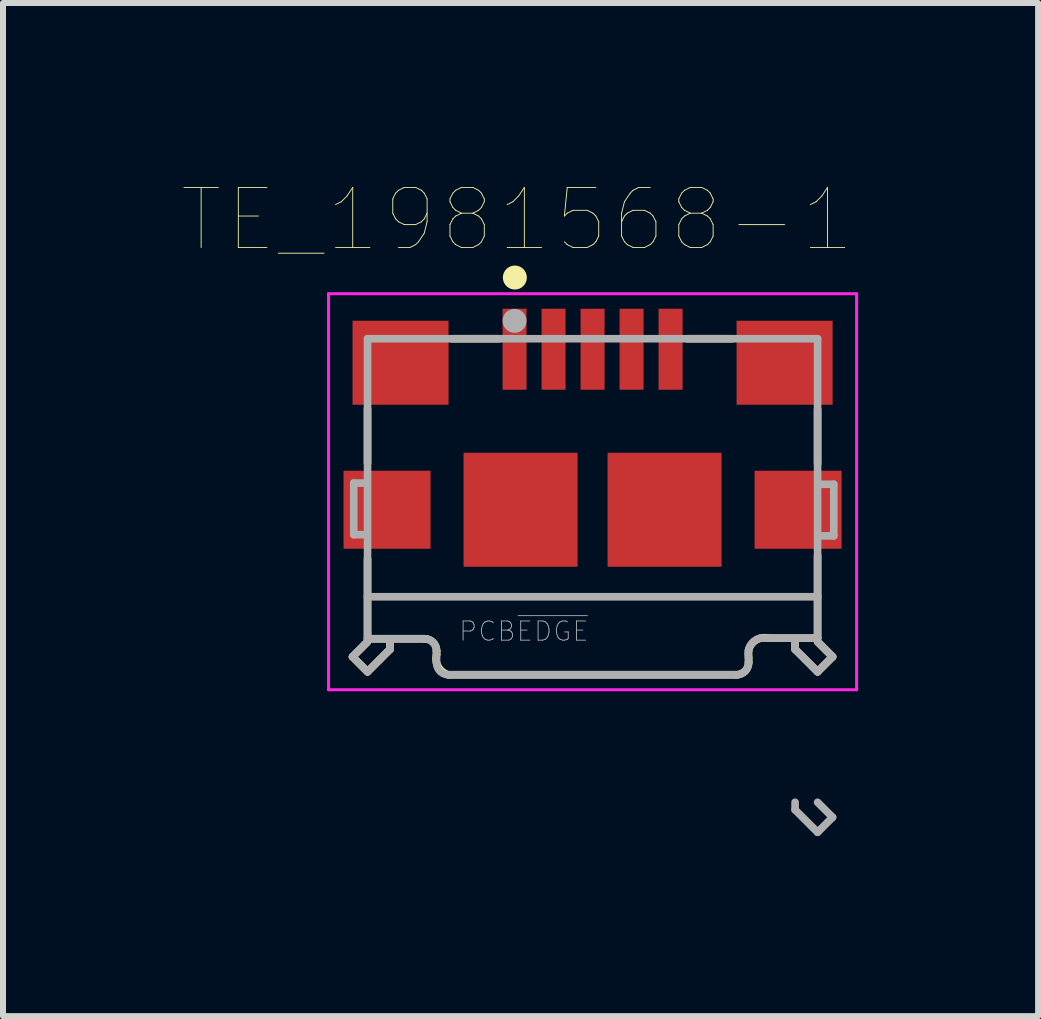
<source format=kicad_pcb>
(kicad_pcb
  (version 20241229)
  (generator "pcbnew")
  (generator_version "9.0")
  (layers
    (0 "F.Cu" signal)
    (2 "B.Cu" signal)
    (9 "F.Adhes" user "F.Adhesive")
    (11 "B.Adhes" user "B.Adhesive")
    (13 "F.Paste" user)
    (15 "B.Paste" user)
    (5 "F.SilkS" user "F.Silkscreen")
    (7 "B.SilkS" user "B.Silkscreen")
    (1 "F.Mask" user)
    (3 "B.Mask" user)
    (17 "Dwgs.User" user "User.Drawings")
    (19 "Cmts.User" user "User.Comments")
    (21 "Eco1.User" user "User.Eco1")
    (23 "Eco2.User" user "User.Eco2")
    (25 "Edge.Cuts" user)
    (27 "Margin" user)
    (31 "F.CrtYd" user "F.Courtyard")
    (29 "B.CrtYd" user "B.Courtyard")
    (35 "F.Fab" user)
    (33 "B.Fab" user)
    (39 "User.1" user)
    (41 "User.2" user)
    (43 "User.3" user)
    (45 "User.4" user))
  (footprint "TE_1981568-1"
    (layer "F.Cu")
    (at 6.825 5.445)
    (property "Reference" "TE_1981568-1" (at -1.256 -4.833 0) (layer "F.SilkS") (effects (font (size 1.001 1.001) (thickness 0.015))))
    (attr through_hole)
    (fp_line (start -4 2.45) (end -3.75 2.7) (stroke (width 0.127) (type solid)) (layer "F.SilkS"))
    (fp_line (start -3.75 -1.685) (end -3.75 -0.775) (stroke (width 0.127) (type solid)) (layer "F.SilkS"))
    (fp_line (start -3.75 0.825) (end -3.75 2.15) (stroke (width 0.127) (type solid)) (layer "F.SilkS"))
    (fp_line (start -3.75 2.15) (end -2.8 2.15) (stroke (width 0.127) (type solid)) (layer "F.SilkS"))
    (fp_line (start -3.75 2.2) (end -4 2.45) (stroke (width 0.127) (type solid)) (layer "F.SilkS"))
    (fp_line (start -3.75 2.7) (end -3.375 2.325) (stroke (width 0.127) (type solid)) (layer "F.SilkS"))
    (fp_line (start -3.375 2.325) (end -3.375 2.2) (stroke (width 0.127) (type solid)) (layer "F.SilkS"))
    (fp_line (start -2.6 2.35) (end -2.6 2.415) (stroke (width 0.127) (type solid)) (layer "F.SilkS"))
    (fp_line (start -2.4 2.75) (end 2.4 2.75) (stroke (width 0.127) (type solid)) (layer "F.SilkS"))
    (fp_line (start -2.34 -2.85) (end -1.56 -2.85) (stroke (width 0.127) (type solid)) (layer "F.SilkS"))
    (fp_line (start 1.58 -2.85) (end 2.32 -2.85) (stroke (width 0.127) (type solid)) (layer "F.SilkS"))
    (fp_line (start 2.6 2.54) (end 2.6 2.34) (stroke (width 0.127) (type solid)) (layer "F.SilkS"))
    (fp_line (start 2.925 2.14) (end 3.75 2.14) (stroke (width 0.127) (type solid)) (layer "F.SilkS"))
    (fp_line (start 3.375 2.325) (end 3.375 2.2) (stroke (width 0.127) (type solid)) (layer "F.SilkS"))
    (fp_line (start 3.75 -1.675) (end 3.75 -0.765) (stroke (width 0.127) (type solid)) (layer "F.SilkS"))
    (fp_line (start 3.75 2.14) (end 3.75 0.765) (stroke (width 0.127) (type solid)) (layer "F.SilkS"))
    (fp_line (start 3.75 2.2) (end 4 2.45) (stroke (width 0.127) (type solid)) (layer "F.SilkS"))
    (fp_line (start 3.75 2.7) (end 3.375 2.325) (stroke (width 0.127) (type solid)) (layer "F.SilkS"))
    (fp_line (start 4 2.45) (end 3.75 2.7) (stroke (width 0.127) (type solid)) (layer "F.SilkS"))
    (fp_arc (start -2.8 2.15) (mid -2.658579 2.208579) (end -2.6 2.35) (stroke (width 0.127) (type solid)) (layer "F.SilkS"))
    (fp_arc (start -2.4 2.75) (mid -2.569381 2.623921) (end -2.6 2.415) (stroke (width 0.127) (type solid)) (layer "F.SilkS"))
    (fp_arc (start 2.6 2.34) (mid 2.721079 2.17269) (end 2.925 2.14) (stroke (width 0.127) (type solid)) (layer "F.SilkS"))
    (fp_arc (start 2.6 2.54) (mid 2.543492 2.686421) (end 2.4 2.75) (stroke (width 0.127) (type solid)) (layer "F.SilkS"))
    (fp_circle (center -1.295 -3.87) (end -1.195 -3.87) (stroke (width 0.2) (type solid)) (fill no) (layer "F.SilkS"))
    (fp_line (start -4.4 -3.6) (end -4.4 3) (stroke (width 0.05) (type solid)) (layer "F.CrtYd"))
    (fp_line (start -4.4 3) (end 4.4 3) (stroke (width 0.05) (type solid)) (layer "F.CrtYd"))
    (fp_line (start 4.4 -3.6) (end -4.4 -3.6) (stroke (width 0.05) (type solid)) (layer "F.CrtYd"))
    (fp_line (start 4.4 3) (end 4.4 -3.6) (stroke (width 0.05) (type solid)) (layer "F.CrtYd"))
    (fp_line (start -4 2.45) (end -3.75 2.7) (stroke (width 0.127) (type solid)) (layer "F.Fab"))
    (fp_line (start -3.98 -0.445) (end -3.98 0.415) (stroke (width 0.127) (type solid)) (layer "F.Fab"))
    (fp_line (start -3.98 0.415) (end -3.78 0.415) (stroke (width 0.127) (type solid)) (layer "F.Fab"))
    (fp_line (start -3.76 -0.445) (end -3.98 -0.445) (stroke (width 0.127) (type solid)) (layer "F.Fab"))
    (fp_line (start -3.75 -2.85) (end -3.75 1.45) (stroke (width 0.127) (type solid)) (layer "F.Fab"))
    (fp_line (start -3.75 1.45) (end -3.75 2.15) (stroke (width 0.127) (type solid)) (layer "F.Fab"))
    (fp_line (start -3.75 1.45) (end 3.75 1.45) (stroke (width 0.127) (type solid)) (layer "F.Fab"))
    (fp_line (start -3.75 2.15) (end -2.8 2.15) (stroke (width 0.127) (type solid)) (layer "F.Fab"))
    (fp_line (start -3.75 2.2) (end -4 2.45) (stroke (width 0.127) (type solid)) (layer "F.Fab"))
    (fp_line (start -3.75 2.7) (end -3.375 2.325) (stroke (width 0.127) (type solid)) (layer "F.Fab"))
    (fp_line (start -3.375 2.325) (end -3.375 2.2) (stroke (width 0.127) (type solid)) (layer "F.Fab"))
    (fp_line (start -2.6 2.35) (end -2.6 2.55) (stroke (width 0.127) (type solid)) (layer "F.Fab"))
    (fp_line (start 2.4 2.75) (end -2.4 2.75) (stroke (width 0.127) (type solid)) (layer "F.Fab"))
    (fp_line (start 2.6 2.465) (end 2.6 2.55) (stroke (width 0.127) (type solid)) (layer "F.Fab"))
    (fp_line (start 3.375 2.325) (end 3.375 2.2) (stroke (width 0.127) (type solid)) (layer "F.Fab"))
    (fp_line (start 3.375 5) (end 3.375 4.875) (stroke (width 0.127) (type solid)) (layer "F.Fab"))
    (fp_line (start 3.75 -2.85) (end -3.75 -2.85) (stroke (width 0.127) (type solid)) (layer "F.Fab"))
    (fp_line (start 3.75 1.45) (end 3.75 -2.85) (stroke (width 0.127) (type solid)) (layer "F.Fab"))
    (fp_line (start 3.75 2.14) (end 2.8 2.14) (stroke (width 0.127) (type solid)) (layer "F.Fab"))
    (fp_line (start 3.75 2.14) (end 3.75 1.45) (stroke (width 0.127) (type solid)) (layer "F.Fab"))
    (fp_line (start 3.75 2.2) (end 4 2.45) (stroke (width 0.127) (type solid)) (layer "F.Fab"))
    (fp_line (start 3.75 2.7) (end 3.375 2.325) (stroke (width 0.127) (type solid)) (layer "F.Fab"))
    (fp_line (start 3.75 4.875) (end 4 5.125) (stroke (width 0.127) (type solid)) (layer "F.Fab"))
    (fp_line (start 3.75 5.375) (end 3.375 5) (stroke (width 0.127) (type solid)) (layer "F.Fab"))
    (fp_line (start 3.76 -0.425) (end 4.02 -0.425) (stroke (width 0.127) (type solid)) (layer "F.Fab"))
    (fp_line (start 4 2.45) (end 3.75 2.7) (stroke (width 0.127) (type solid)) (layer "F.Fab"))
    (fp_line (start 4 5.125) (end 3.75 5.375) (stroke (width 0.127) (type solid)) (layer "F.Fab"))
    (fp_line (start 4.02 -0.425) (end 4.02 0.435) (stroke (width 0.127) (type solid)) (layer "F.Fab"))
    (fp_line (start 4.02 0.435) (end 3.77 0.435) (stroke (width 0.127) (type solid)) (layer "F.Fab"))
    (fp_arc (start -2.8 2.15) (mid -2.658579 2.208579) (end -2.6 2.35) (stroke (width 0.127) (type solid)) (layer "F.Fab"))
    (fp_arc (start -2.4 2.75) (mid -2.541421 2.691421) (end -2.6 2.55) (stroke (width 0.127) (type solid)) (layer "F.Fab"))
    (fp_arc (start 2.6 2.465) (mid 2.63269 2.261079) (end 2.8 2.14) (stroke (width 0.127) (type solid)) (layer "F.Fab"))
    (fp_arc (start 2.6 2.55) (mid 2.541421 2.691421) (end 2.4 2.75) (stroke (width 0.127) (type solid)) (layer "F.Fab"))
    (fp_circle (center -1.3 -3.148) (end -1.2 -3.148) (stroke (width 0.2) (type solid)) (fill no) (layer "F.Fab"))
    (fp_text user "PCB~{EDGE}" (at -1.144 2.026 0) (layer "F.Fab") (effects (font (size 0.32 0.32) (thickness 0.015))))
    (pad "1" smd rect (at -1.3 -2.675) (size 0.4 1.35) (layers "F.Cu" "F.Mask" "F.Paste"))
    (pad "2" smd rect (at -0.65 -2.675) (size 0.4 1.35) (layers "F.Cu" "F.Mask" "F.Paste"))
    (pad "3" smd rect (at 0 -2.675) (size 0.4 1.35) (layers "F.Cu" "F.Mask" "F.Paste"))
    (pad "4" smd rect (at 0.65 -2.675) (size 0.4 1.35) (layers "F.Cu" "F.Mask" "F.Paste"))
    (pad "5" smd rect (at 1.3 -2.675) (size 0.4 1.35) (layers "F.Cu" "F.Mask" "F.Paste"))
    (pad "6" smd rect (at -3.2 -2.45) (size 1.6 1.4) (layers "F.Cu" "F.Mask" "F.Paste"))
    (pad "7" smd rect (at 3.2 -2.45) (size 1.6 1.4) (layers "F.Cu" "F.Mask" "F.Paste"))
    (pad "8" smd rect (at 3.425 0) (size 1.45 1.3) (layers "F.Cu" "F.Mask" "F.Paste"))
    (pad "9" smd rect (at -3.425 0) (size 1.45 1.3) (layers "F.Cu" "F.Mask" "F.Paste"))
    (pad "10" smd rect (at -1.2 0) (size 1.9 1.9) (layers "F.Cu" "F.Mask" "F.Paste"))
    (pad "11" smd rect (at 1.2 0) (size 1.9 1.9) (layers "F.Cu" "F.Mask" "F.Paste")))
  (gr_rect
    (start -3 -3)
    (end 14.25 13.884)
    (stroke (width 0.1) (type default))
    (fill no)
    (layer "Edge.Cuts")))
</source>
